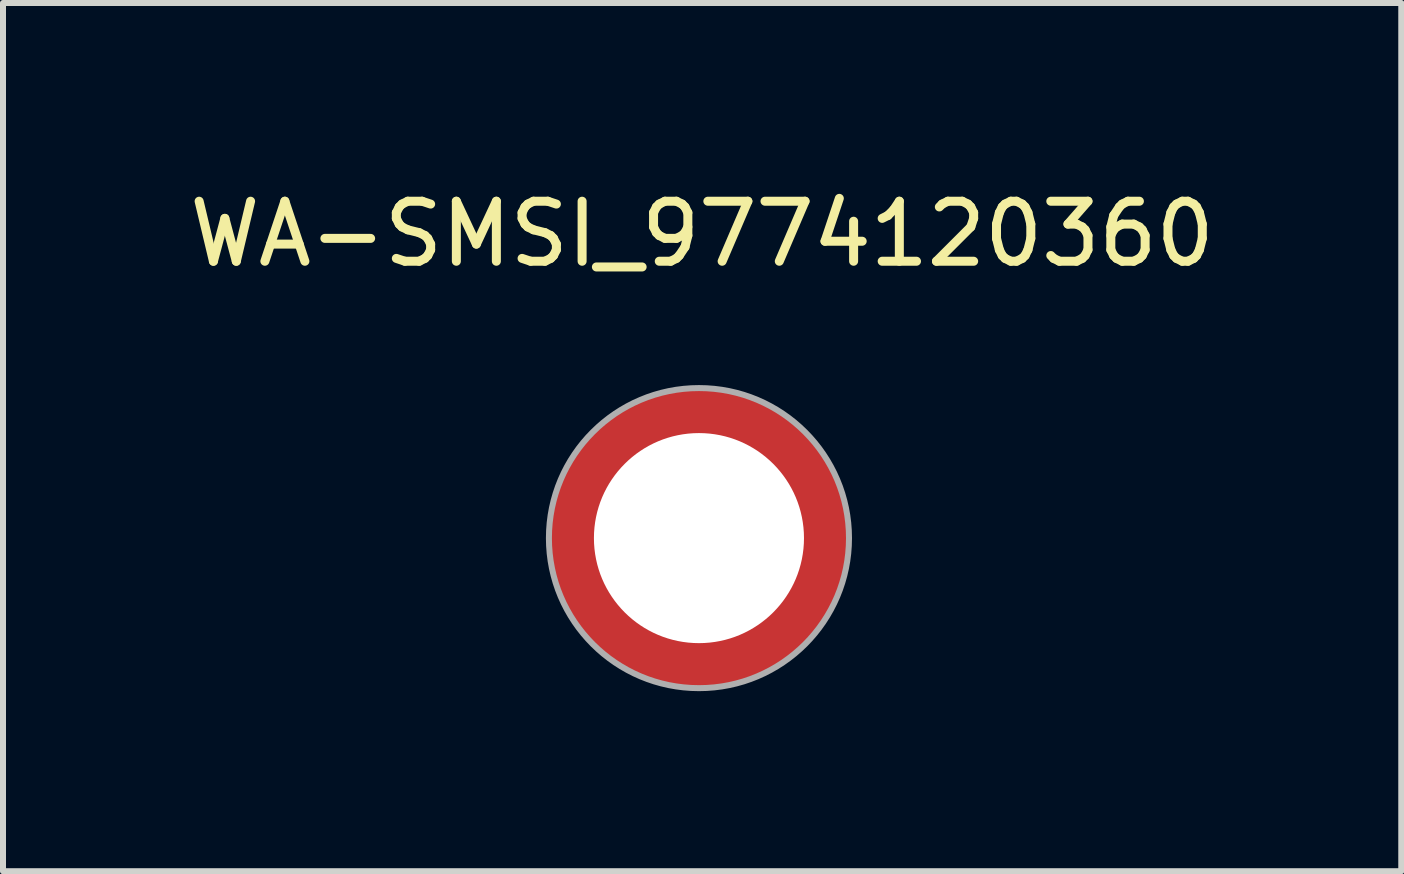
<source format=kicad_pcb>
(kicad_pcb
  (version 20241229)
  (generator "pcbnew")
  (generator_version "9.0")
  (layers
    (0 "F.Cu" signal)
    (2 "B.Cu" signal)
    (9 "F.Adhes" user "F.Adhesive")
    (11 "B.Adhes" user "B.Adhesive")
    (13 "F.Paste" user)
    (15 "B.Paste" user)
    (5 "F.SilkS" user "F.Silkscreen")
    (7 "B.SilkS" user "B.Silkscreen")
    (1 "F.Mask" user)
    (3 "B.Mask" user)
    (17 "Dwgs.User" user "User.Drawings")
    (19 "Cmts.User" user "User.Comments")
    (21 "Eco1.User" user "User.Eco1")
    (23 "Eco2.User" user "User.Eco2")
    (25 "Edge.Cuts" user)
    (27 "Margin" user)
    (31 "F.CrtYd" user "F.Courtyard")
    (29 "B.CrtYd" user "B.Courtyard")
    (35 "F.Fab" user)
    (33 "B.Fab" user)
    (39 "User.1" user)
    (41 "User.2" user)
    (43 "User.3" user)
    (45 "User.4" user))
  (footprint "WA-SMSI_9774120360"
    (layer "F.Cu")
    (at 8.596 5.916)
    (property "Reference" "WA-SMSI_9774120360" (at 0.053 -5.068 0) (layer "F.SilkS") (effects (font (size 1 1) (thickness 0.15))))
    (attr smd)
    (fp_circle (center 0 0) (end 2.125 0) (stroke (width 0.75) (type default)) (fill no) (layer "F.Mask"))
    (fp_circle (center 0 0) (end 2.125 0) (stroke (width 0.75) (type default)) (fill no) (layer "F.Paste"))
    (fp_circle (center 0 0) (end 2.5 0) (stroke (width 0.1) (type solid)) (fill no) (layer "F.Fab"))
    (pad "" np_thru_hole circle (at 0 0) (size 3.5 3.5) (drill 3.5) (layers "*.Cu" "*.Mask"))
    (pad "1" smd circle (at 0 0) (size 5 5) (layers "F.Cu" "F.Mask")))
  (gr_rect
    (start -3 -3)
    (end 20.298 11.466)
    (stroke (width 0.1) (type default))
    (fill no)
    (layer "Edge.Cuts")))
</source>
